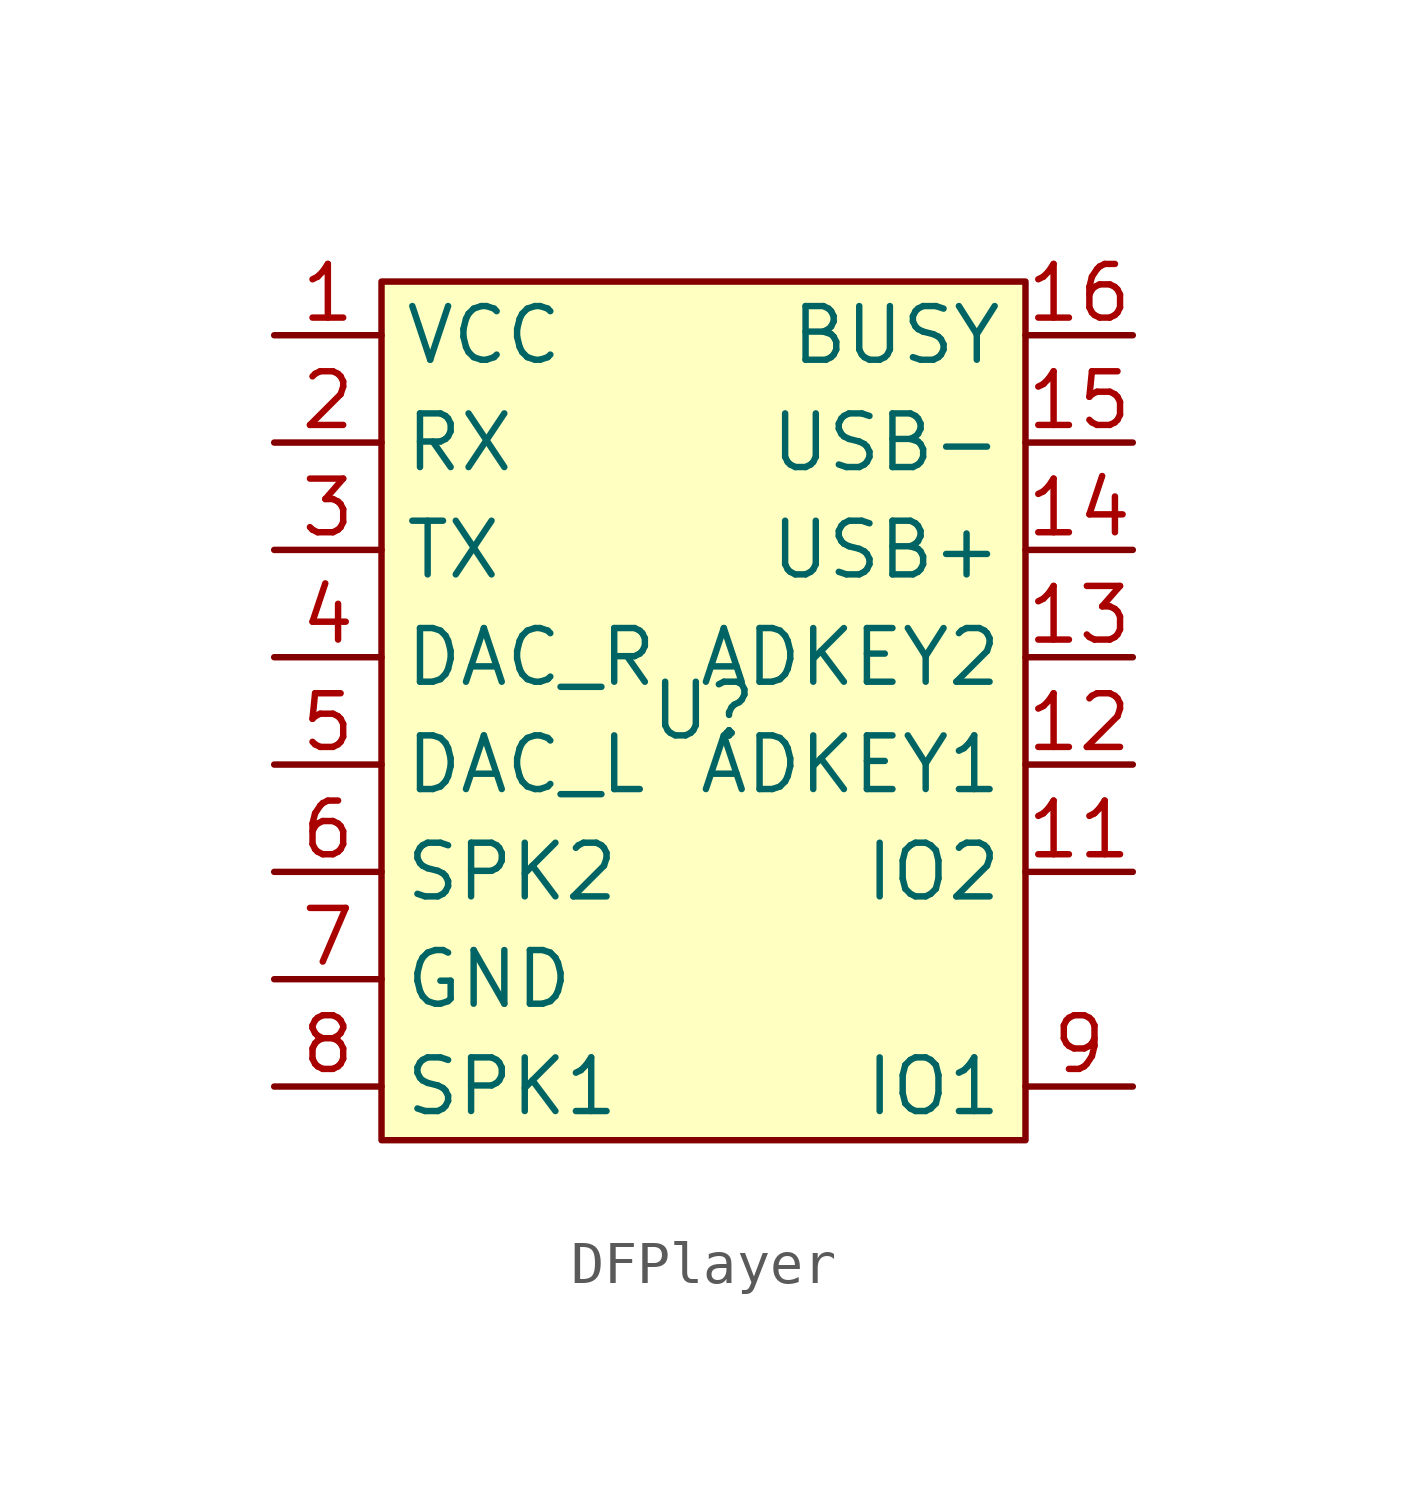
<source format=kicad_sym>
(kicad_symbol_lib
  (version 20220914)
  (generator kicad_symbol_editor)
  (symbol "DFPlayer"
    (property "Reference" "U"
      (at 0 0 0)
      (effects (font (size 1.27 1.27))))
    (property "Value" ""
      (at 0 0 0)
      (effects (font (size 1.27 1.27))))
    (symbol "DFPlayer_1_1"
      (rectangle (start -7.62 10.16) (end 7.62 -10.16) (stroke (width 0) (type default)) (fill (type background)))
      (pin power_in line (at -10.16 8.89 0) (length 2.54) (name "VCC" (effects (font (size 1.27 1.27)))) (number "1" (effects (font (size 1.27 1.27)))))
      (pin power_in line (at 10.16 -6.35 180) (length 2.54) hide (name "GND" (effects (font (size 1.27 1.27)))) (number "10" (effects (font (size 1.27 1.27)))))
      (pin input line (at 10.16 -3.81 180) (length 2.54) (name "IO2" (effects (font (size 1.27 1.27)))) (number "11" (effects (font (size 1.27 1.27)))))
      (pin input line (at 10.16 -1.27 180) (length 2.54) (name "ADKEY1" (effects (font (size 1.27 1.27)))) (number "12" (effects (font (size 1.27 1.27)))))
      (pin input line (at 10.16 1.27 180) (length 2.54) (name "ADKEY2" (effects (font (size 1.27 1.27)))) (number "13" (effects (font (size 1.27 1.27)))))
      (pin input line (at 10.16 3.81 180) (length 2.54) (name "USB+" (effects (font (size 1.27 1.27)))) (number "14" (effects (font (size 1.27 1.27)))))
      (pin input line (at 10.16 6.35 180) (length 2.54) (name "USB-" (effects (font (size 1.27 1.27)))) (number "15" (effects (font (size 1.27 1.27)))))
      (pin output line (at 10.16 8.89 180) (length 2.54) (name "BUSY" (effects (font (size 1.27 1.27)))) (number "16" (effects (font (size 1.27 1.27)))))
      (pin input line (at -10.16 6.35 0) (length 2.54) (name "RX" (effects (font (size 1.27 1.27)))) (number "2" (effects (font (size 1.27 1.27)))))
      (pin output line (at -10.16 3.81 0) (length 2.54) (name "TX" (effects (font (size 1.27 1.27)))) (number "3" (effects (font (size 1.27 1.27)))))
      (pin output line (at -10.16 1.27 0) (length 2.54) (name "DAC_R" (effects (font (size 1.27 1.27)))) (number "4" (effects (font (size 1.27 1.27)))))
      (pin output line (at -10.16 -1.27 0) (length 2.54) (name "DAC_L" (effects (font (size 1.27 1.27)))) (number "5" (effects (font (size 1.27 1.27)))))
      (pin output line (at -10.16 -3.81 0) (length 2.54) (name "SPK2" (effects (font (size 1.27 1.27)))) (number "6" (effects (font (size 1.27 1.27)))))
      (pin power_in line (at -10.16 -6.35 0) (length 2.54) (name "GND" (effects (font (size 1.27 1.27)))) (number "7" (effects (font (size 1.27 1.27)))))
      (pin power_in line (at -10.16 -8.89 0) (length 2.54) (name "SPK1" (effects (font (size 1.27 1.27)))) (number "8" (effects (font (size 1.27 1.27)))))
      (pin input line (at 10.16 -8.89 180) (length 2.54) (name "IO1" (effects (font (size 1.27 1.27)))) (number "9" (effects (font (size 1.27 1.27))))))))
</source>
